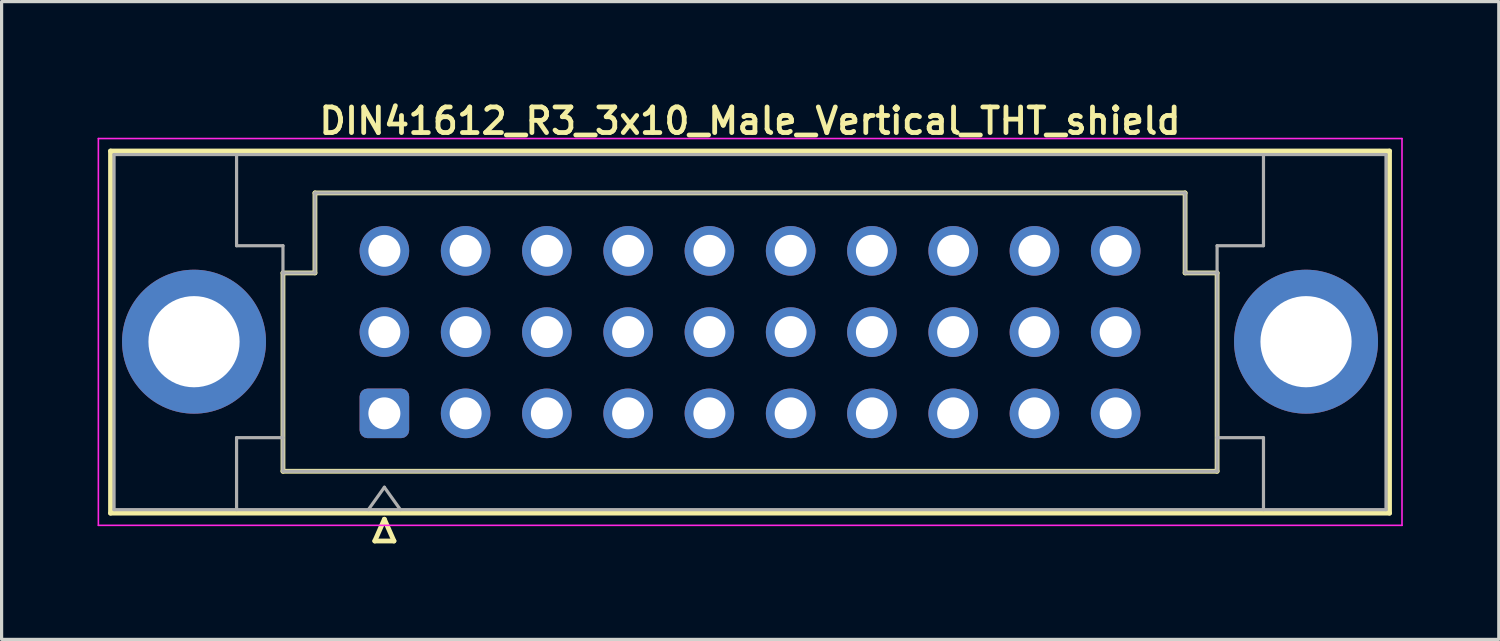
<source format=kicad_pcb>
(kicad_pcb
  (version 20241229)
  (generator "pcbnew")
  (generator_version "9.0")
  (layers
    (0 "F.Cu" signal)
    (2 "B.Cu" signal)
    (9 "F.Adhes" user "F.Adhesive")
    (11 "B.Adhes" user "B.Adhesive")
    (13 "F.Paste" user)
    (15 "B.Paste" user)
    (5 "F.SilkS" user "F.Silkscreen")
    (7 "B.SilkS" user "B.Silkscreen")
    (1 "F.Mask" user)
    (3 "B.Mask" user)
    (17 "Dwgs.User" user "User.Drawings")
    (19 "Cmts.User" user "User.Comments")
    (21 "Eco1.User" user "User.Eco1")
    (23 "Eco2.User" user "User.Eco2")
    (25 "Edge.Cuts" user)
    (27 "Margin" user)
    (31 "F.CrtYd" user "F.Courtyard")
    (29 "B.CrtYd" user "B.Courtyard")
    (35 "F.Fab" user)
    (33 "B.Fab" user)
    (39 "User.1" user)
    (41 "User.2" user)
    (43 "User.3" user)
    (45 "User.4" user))
  (footprint "DIN41612_R3_3x10_Male_Vertical_THT_shield"
    (layer "F.Cu")
    (at 20.395 7.331)
    (property "Reference" "DIN41612_R3_3x10_Male_Vertical_THT_shield" (at 0 -6.6 180) (layer "F.SilkS") (effects (font (size 0.8 0.8) (thickness 0.15))))
    (attr through_hole)
    (fp_line (start -19.99 -5.66) (end 19.99 -5.66) (stroke (width 0.15) (type solid)) (layer "F.SilkS"))
    (fp_line (start -19.99 5.66) (end -19.99 -5.66) (stroke (width 0.15) (type solid)) (layer "F.SilkS"))
    (fp_line (start -14.6 -1.85) (end -13.6 -1.85) (stroke (width 0.15) (type solid)) (layer "F.SilkS"))
    (fp_line (start -14.6 4.35) (end -14.6 -1.85) (stroke (width 0.15) (type solid)) (layer "F.SilkS"))
    (fp_line (start -13.6 -4.35) (end 13.6 -4.35) (stroke (width 0.15) (type solid)) (layer "F.SilkS"))
    (fp_line (start -13.6 -1.85) (end -13.6 -4.35) (stroke (width 0.15) (type solid)) (layer "F.SilkS"))
    (fp_line (start -11.73 6.53) (end -11.13 6.53) (stroke (width 0.15) (type solid)) (layer "F.SilkS"))
    (fp_line (start -11.43 5.85) (end -11.73 6.53) (stroke (width 0.15) (type solid)) (layer "F.SilkS"))
    (fp_line (start -11.13 6.53) (end -11.43 5.85) (stroke (width 0.15) (type solid)) (layer "F.SilkS"))
    (fp_line (start 13.6 -4.35) (end 13.6 -1.85) (stroke (width 0.15) (type solid)) (layer "F.SilkS"))
    (fp_line (start 13.6 -1.85) (end 14.6 -1.85) (stroke (width 0.15) (type solid)) (layer "F.SilkS"))
    (fp_line (start 14.6 -1.85) (end 14.6 4.35) (stroke (width 0.15) (type solid)) (layer "F.SilkS"))
    (fp_line (start 14.6 4.35) (end -14.6 4.35) (stroke (width 0.15) (type solid)) (layer "F.SilkS"))
    (fp_line (start 19.99 -5.66) (end 19.99 5.66) (stroke (width 0.15) (type solid)) (layer "F.SilkS"))
    (fp_line (start 19.99 5.66) (end -19.99 5.66) (stroke (width 0.15) (type solid)) (layer "F.SilkS"))
    (fp_line (start -20.37 -6.05) (end 20.38 -6.05) (stroke (width 0.05) (type solid)) (layer "F.CrtYd"))
    (fp_line (start -20.37 6.04) (end -20.37 -6.05) (stroke (width 0.05) (type solid)) (layer "F.CrtYd"))
    (fp_line (start 20.38 -6.05) (end 20.38 6.04) (stroke (width 0.05) (type solid)) (layer "F.CrtYd"))
    (fp_line (start 20.38 6.04) (end -20.37 6.04) (stroke (width 0.05) (type solid)) (layer "F.CrtYd"))
    (fp_line (start -19.88 -5.55) (end 19.88 -5.55) (stroke (width 0.1) (type solid)) (layer "F.Fab"))
    (fp_line (start -19.88 5.55) (end -19.88 -5.55) (stroke (width 0.1) (type solid)) (layer "F.Fab"))
    (fp_line (start -16.05 -2.7) (end -16.05 -5.55) (stroke (width 0.1) (type solid)) (layer "F.Fab"))
    (fp_line (start -16.05 3.3) (end -14.6 3.3) (stroke (width 0.1) (type solid)) (layer "F.Fab"))
    (fp_line (start -16.05 5.55) (end -16.05 3.3) (stroke (width 0.1) (type solid)) (layer "F.Fab"))
    (fp_line (start -14.6 -2.7) (end -16.05 -2.7) (stroke (width 0.1) (type solid)) (layer "F.Fab"))
    (fp_line (start -14.6 -1.85) (end -14.6 -2.7) (stroke (width 0.1) (type solid)) (layer "F.Fab"))
    (fp_line (start -14.6 -1.85) (end -13.6 -1.85) (stroke (width 0.1) (type solid)) (layer "F.Fab"))
    (fp_line (start -14.6 4.35) (end -14.6 -1.85) (stroke (width 0.1) (type solid)) (layer "F.Fab"))
    (fp_line (start -13.6 -4.35) (end 13.6 -4.35) (stroke (width 0.1) (type solid)) (layer "F.Fab"))
    (fp_line (start -13.6 -1.85) (end -13.6 -4.35) (stroke (width 0.1) (type solid)) (layer "F.Fab"))
    (fp_line (start -11.93 5.55) (end -11.43 4.85) (stroke (width 0.1) (type solid)) (layer "F.Fab"))
    (fp_line (start -11.43 4.85) (end -10.93 5.55) (stroke (width 0.1) (type solid)) (layer "F.Fab"))
    (fp_line (start 13.6 -4.35) (end 13.6 -1.85) (stroke (width 0.1) (type solid)) (layer "F.Fab"))
    (fp_line (start 13.6 -1.85) (end 14.6 -1.85) (stroke (width 0.1) (type solid)) (layer "F.Fab"))
    (fp_line (start 14.6 -2.7) (end 16.05 -2.7) (stroke (width 0.1) (type solid)) (layer "F.Fab"))
    (fp_line (start 14.6 -1.85) (end 14.6 -2.7) (stroke (width 0.1) (type solid)) (layer "F.Fab"))
    (fp_line (start 14.6 -1.85) (end 14.6 4.35) (stroke (width 0.1) (type solid)) (layer "F.Fab"))
    (fp_line (start 14.6 4.35) (end -14.6 4.35) (stroke (width 0.1) (type solid)) (layer "F.Fab"))
    (fp_line (start 16.05 -2.7) (end 16.05 -5.55) (stroke (width 0.1) (type solid)) (layer "F.Fab"))
    (fp_line (start 16.05 3.3) (end 14.6 3.3) (stroke (width 0.1) (type solid)) (layer "F.Fab"))
    (fp_line (start 16.05 5.55) (end 16.05 3.3) (stroke (width 0.1) (type solid)) (layer "F.Fab"))
    (fp_line (start 19.88 -5.55) (end 19.88 5.55) (stroke (width 0.1) (type solid)) (layer "F.Fab"))
    (fp_line (start 19.88 5.55) (end -19.88 5.55) (stroke (width 0.1) (type solid)) (layer "F.Fab"))
    (pad "a1" thru_hole roundrect (at -11.43 2.54 90) (size 1.55 1.55) (drill 1) (layers "*.Cu" "*.Mask") (roundrect_rratio 0.161))
    (pad "a2" thru_hole circle (at -8.89 2.54 90) (size 1.55 1.55) (drill 1) (layers "*.Cu" "*.Mask"))
    (pad "a3" thru_hole circle (at -6.35 2.54 90) (size 1.55 1.55) (drill 1) (layers "*.Cu" "*.Mask"))
    (pad "a4" thru_hole circle (at -3.81 2.54 90) (size 1.55 1.55) (drill 1) (layers "*.Cu" "*.Mask"))
    (pad "a5" thru_hole circle (at -1.27 2.54 90) (size 1.55 1.55) (drill 1) (layers "*.Cu" "*.Mask"))
    (pad "a6" thru_hole circle (at 1.27 2.54 90) (size 1.55 1.55) (drill 1) (layers "*.Cu" "*.Mask"))
    (pad "a7" thru_hole circle (at 3.81 2.54 90) (size 1.55 1.55) (drill 1) (layers "*.Cu" "*.Mask"))
    (pad "a8" thru_hole circle (at 6.35 2.54 90) (size 1.55 1.55) (drill 1) (layers "*.Cu" "*.Mask"))
    (pad "a9" thru_hole circle (at 8.89 2.54 90) (size 1.55 1.55) (drill 1) (layers "*.Cu" "*.Mask"))
    (pad "a10" thru_hole circle (at 11.43 2.54 90) (size 1.55 1.55) (drill 1) (layers "*.Cu" "*.Mask"))
    (pad "b1" thru_hole circle (at -11.43 0 90) (size 1.55 1.55) (drill 1) (layers "*.Cu" "*.Mask"))
    (pad "b2" thru_hole circle (at -8.89 0 90) (size 1.55 1.55) (drill 1) (layers "*.Cu" "*.Mask"))
    (pad "b3" thru_hole circle (at -6.35 0 90) (size 1.55 1.55) (drill 1) (layers "*.Cu" "*.Mask"))
    (pad "b4" thru_hole circle (at -3.81 0 90) (size 1.55 1.55) (drill 1) (layers "*.Cu" "*.Mask"))
    (pad "b5" thru_hole circle (at -1.27 0 90) (size 1.55 1.55) (drill 1) (layers "*.Cu" "*.Mask"))
    (pad "b6" thru_hole circle (at 1.27 0 90) (size 1.55 1.55) (drill 1) (layers "*.Cu" "*.Mask"))
    (pad "b7" thru_hole circle (at 3.81 0 90) (size 1.55 1.55) (drill 1) (layers "*.Cu" "*.Mask"))
    (pad "b8" thru_hole circle (at 6.35 0 90) (size 1.55 1.55) (drill 1) (layers "*.Cu" "*.Mask"))
    (pad "b9" thru_hole circle (at 8.89 0 90) (size 1.55 1.55) (drill 1) (layers "*.Cu" "*.Mask"))
    (pad "b10" thru_hole circle (at 11.43 0 90) (size 1.55 1.55) (drill 1) (layers "*.Cu" "*.Mask"))
    (pad "c1" thru_hole circle (at -11.43 -2.54 90) (size 1.55 1.55) (drill 1) (layers "*.Cu" "*.Mask"))
    (pad "c2" thru_hole circle (at -8.89 -2.54 90) (size 1.55 1.55) (drill 1) (layers "*.Cu" "*.Mask"))
    (pad "c3" thru_hole circle (at -6.35 -2.54 90) (size 1.55 1.55) (drill 1) (layers "*.Cu" "*.Mask"))
    (pad "c4" thru_hole circle (at -3.81 -2.54 90) (size 1.55 1.55) (drill 1) (layers "*.Cu" "*.Mask"))
    (pad "c5" thru_hole circle (at -1.27 -2.54 90) (size 1.55 1.55) (drill 1) (layers "*.Cu" "*.Mask"))
    (pad "c6" thru_hole circle (at 1.27 -2.54 90) (size 1.55 1.55) (drill 1) (layers "*.Cu" "*.Mask"))
    (pad "c7" thru_hole circle (at 3.81 -2.54 90) (size 1.55 1.55) (drill 1) (layers "*.Cu" "*.Mask"))
    (pad "c8" thru_hole circle (at 6.35 -2.54 90) (size 1.55 1.55) (drill 1) (layers "*.Cu" "*.Mask"))
    (pad "c9" thru_hole circle (at 8.89 -2.54 90) (size 1.55 1.55) (drill 1) (layers "*.Cu" "*.Mask"))
    (pad "c10" thru_hole circle (at 11.43 -2.54 90) (size 1.55 1.55) (drill 1) (layers "*.Cu" "*.Mask"))
    (pad "s" thru_hole circle (at -17.38 0.3 90) (size 4.5 4.5) (drill 2.85) (layers "*.Cu" "*.Mask"))
    (pad "s" thru_hole circle (at 17.38 0.3 90) (size 4.5 4.5) (drill 2.85) (layers "*.Cu" "*.Mask")))
  (gr_rect
    (start -3 -3)
    (end 43.8 16.936)
    (stroke (width 0.1) (type default))
    (fill no)
    (layer "Edge.Cuts")))
</source>
